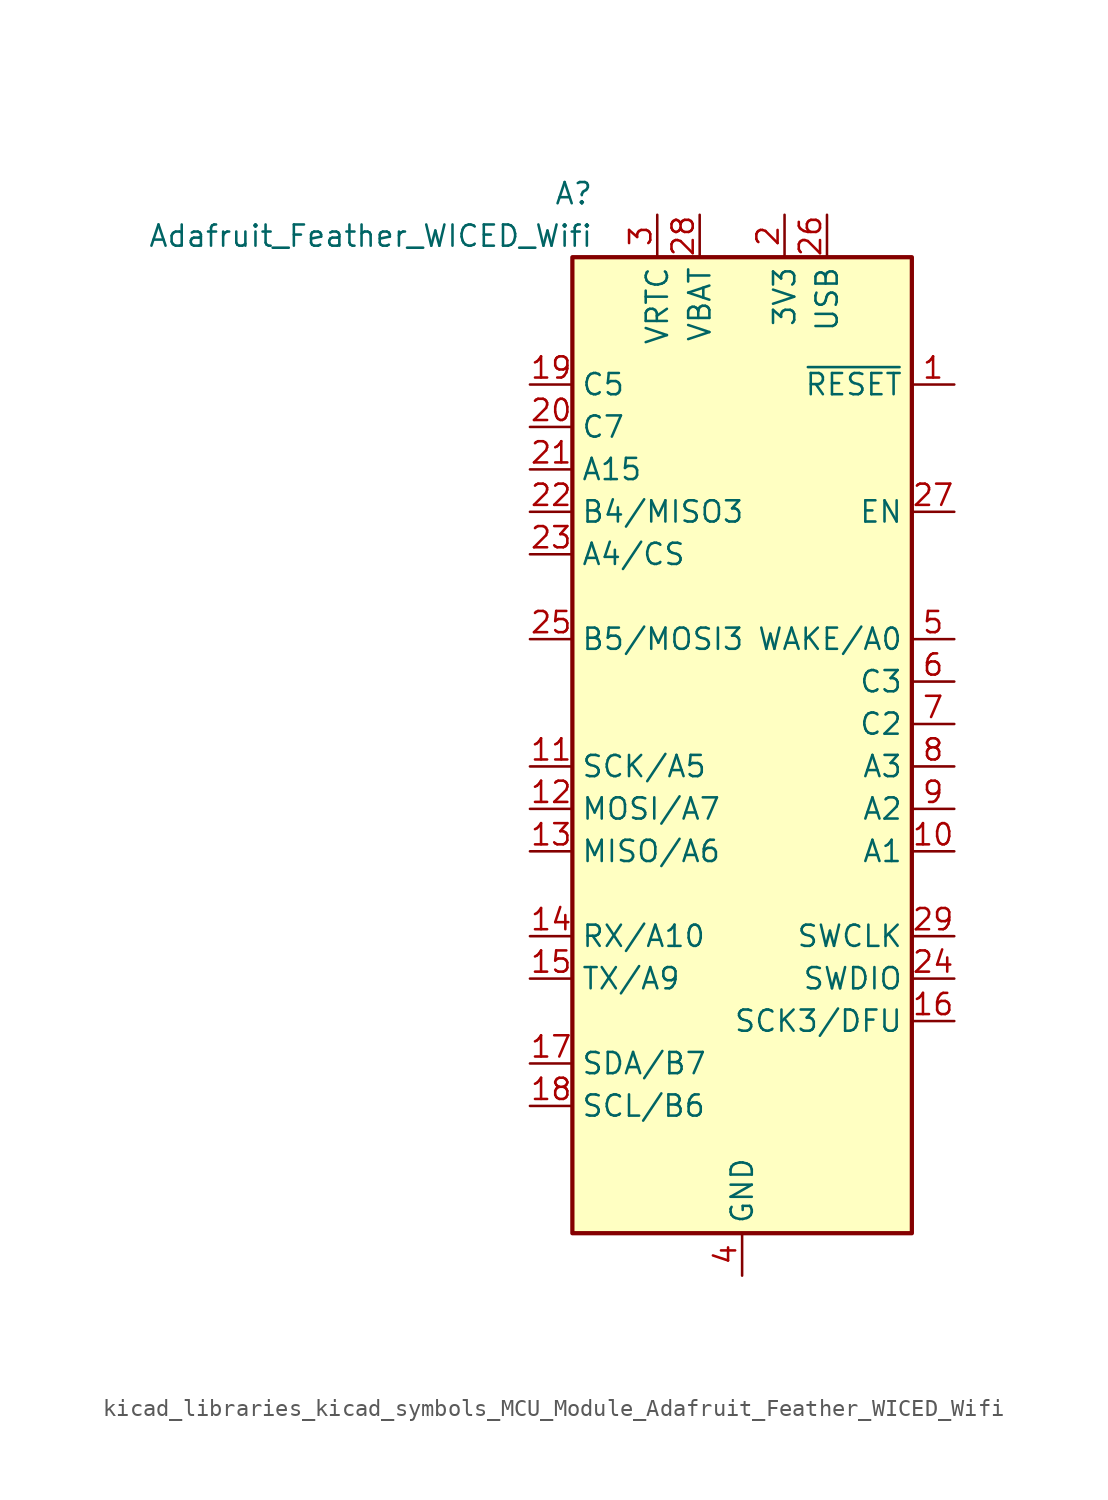
<source format=kicad_sym>
(kicad_symbol_lib
  (version 20220914)
  (generator kicad_symbol_editor)
  (symbol "kicad_libraries_kicad_symbols_MCU_Module_Adafruit_Feather_WICED_Wifi"
    (property "Reference" "A"
      (at -8.89 31.75 0)
      (effects (font (size 1.27 1.27)) (justify right)))
    (property "Value" "Adafruit_Feather_WICED_Wifi"
      (at -8.89 29.21 0)
      (effects (font (size 1.27 1.27)) (justify right)))
    (symbol "kicad_libraries_kicad_symbols_MCU_Module_Adafruit_Feather_WICED_Wifi_0_1"
      (rectangle (start -10.16 27.94) (end 10.16 -30.48) (stroke (width 0.254) (type default)) (fill (type background))))
    (symbol "kicad_libraries_kicad_symbols_MCU_Module_Adafruit_Feather_WICED_Wifi_1_1"
      (pin input line (at 12.7 20.32 180) (length 2.54) (name "~{RESET}" (effects (font (size 1.27 1.27)))) (number "1" (effects (font (size 1.27 1.27)))))
      (pin bidirectional line (at 12.7 -7.62 180) (length 2.54) (name "A1" (effects (font (size 1.27 1.27)))) (number "10" (effects (font (size 1.27 1.27)))))
      (pin bidirectional line (at -12.7 -2.54 0) (length 2.54) (name "SCK/A5" (effects (font (size 1.27 1.27)))) (number "11" (effects (font (size 1.27 1.27)))))
      (pin bidirectional line (at -12.7 -5.08 0) (length 2.54) (name "MOSI/A7" (effects (font (size 1.27 1.27)))) (number "12" (effects (font (size 1.27 1.27)))))
      (pin bidirectional line (at -12.7 -7.62 0) (length 2.54) (name "MISO/A6" (effects (font (size 1.27 1.27)))) (number "13" (effects (font (size 1.27 1.27)))))
      (pin bidirectional line (at -12.7 -12.7 0) (length 2.54) (name "RX/A10" (effects (font (size 1.27 1.27)))) (number "14" (effects (font (size 1.27 1.27)))))
      (pin bidirectional line (at -12.7 -15.24 0) (length 2.54) (name "TX/A9" (effects (font (size 1.27 1.27)))) (number "15" (effects (font (size 1.27 1.27)))))
      (pin bidirectional line (at 12.7 -17.78 180) (length 2.54) (name "SCK3/DFU" (effects (font (size 1.27 1.27)))) (number "16" (effects (font (size 1.27 1.27)))))
      (pin bidirectional line (at -12.7 -20.32 0) (length 2.54) (name "SDA/B7" (effects (font (size 1.27 1.27)))) (number "17" (effects (font (size 1.27 1.27)))))
      (pin bidirectional line (at -12.7 -22.86 0) (length 2.54) (name "SCL/B6" (effects (font (size 1.27 1.27)))) (number "18" (effects (font (size 1.27 1.27)))))
      (pin bidirectional line (at -12.7 20.32 0) (length 2.54) (name "C5" (effects (font (size 1.27 1.27)))) (number "19" (effects (font (size 1.27 1.27)))))
      (pin power_in line (at 2.54 30.48 270) (length 2.54) (name "3V3" (effects (font (size 1.27 1.27)))) (number "2" (effects (font (size 1.27 1.27)))))
      (pin bidirectional line (at -12.7 17.78 0) (length 2.54) (name "C7" (effects (font (size 1.27 1.27)))) (number "20" (effects (font (size 1.27 1.27)))))
      (pin bidirectional line (at -12.7 15.24 0) (length 2.54) (name "A15" (effects (font (size 1.27 1.27)))) (number "21" (effects (font (size 1.27 1.27)))))
      (pin bidirectional line (at -12.7 12.7 0) (length 2.54) (name "B4/MISO3" (effects (font (size 1.27 1.27)))) (number "22" (effects (font (size 1.27 1.27)))))
      (pin bidirectional line (at -12.7 10.16 0) (length 2.54) (name "A4/CS" (effects (font (size 1.27 1.27)))) (number "23" (effects (font (size 1.27 1.27)))))
      (pin bidirectional line (at 12.7 -15.24 180) (length 2.54) (name "SWDIO" (effects (font (size 1.27 1.27)))) (number "24" (effects (font (size 1.27 1.27)))))
      (pin bidirectional line (at -12.7 5.08 0) (length 2.54) (name "B5/MOSI3" (effects (font (size 1.27 1.27)))) (number "25" (effects (font (size 1.27 1.27)))))
      (pin power_in line (at 5.08 30.48 270) (length 2.54) (name "USB" (effects (font (size 1.27 1.27)))) (number "26" (effects (font (size 1.27 1.27)))))
      (pin input line (at 12.7 12.7 180) (length 2.54) (name "EN" (effects (font (size 1.27 1.27)))) (number "27" (effects (font (size 1.27 1.27)))))
      (pin power_in line (at -2.54 30.48 270) (length 2.54) (name "VBAT" (effects (font (size 1.27 1.27)))) (number "28" (effects (font (size 1.27 1.27)))))
      (pin bidirectional line (at 12.7 -12.7 180) (length 2.54) (name "SWCLK" (effects (font (size 1.27 1.27)))) (number "29" (effects (font (size 1.27 1.27)))))
      (pin power_in line (at -5.08 30.48 270) (length 2.54) (name "VRTC" (effects (font (size 1.27 1.27)))) (number "3" (effects (font (size 1.27 1.27)))))
      (pin power_in line (at 0 -33.02 90) (length 2.54) (name "GND" (effects (font (size 1.27 1.27)))) (number "4" (effects (font (size 1.27 1.27)))))
      (pin bidirectional line (at 12.7 5.08 180) (length 2.54) (name "WAKE/A0" (effects (font (size 1.27 1.27)))) (number "5" (effects (font (size 1.27 1.27)))))
      (pin bidirectional line (at 12.7 2.54 180) (length 2.54) (name "C3" (effects (font (size 1.27 1.27)))) (number "6" (effects (font (size 1.27 1.27)))))
      (pin bidirectional line (at 12.7 0 180) (length 2.54) (name "C2" (effects (font (size 1.27 1.27)))) (number "7" (effects (font (size 1.27 1.27)))))
      (pin bidirectional line (at 12.7 -2.54 180) (length 2.54) (name "A3" (effects (font (size 1.27 1.27)))) (number "8" (effects (font (size 1.27 1.27)))))
      (pin bidirectional line (at 12.7 -5.08 180) (length 2.54) (name "A2" (effects (font (size 1.27 1.27)))) (number "9" (effects (font (size 1.27 1.27))))))))
</source>
